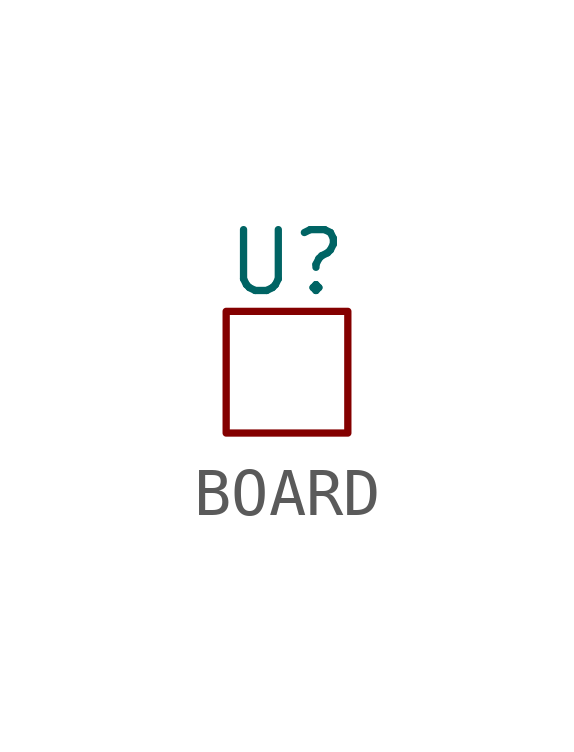
<source format=kicad_sym>
(kicad_symbol_lib
  (version 20241209)
  (generator "kicad_symbol_editor")
  (generator_version "9.0")
  (symbol "BOARD"
    (property "Reference" "U"
      (at 0 2.286 0)
      (effects (font (size 1.27 1.27))))
    (property "Value" ""
      (at 0 0 0)
      (effects (font (size 1.27 1.27))))
    (symbol "BOARD_0_1"
      (rectangle (start -1.27 1.27) (end 1.27 -1.27) (stroke (width 0) (type default)) (fill (type none))))))
</source>
